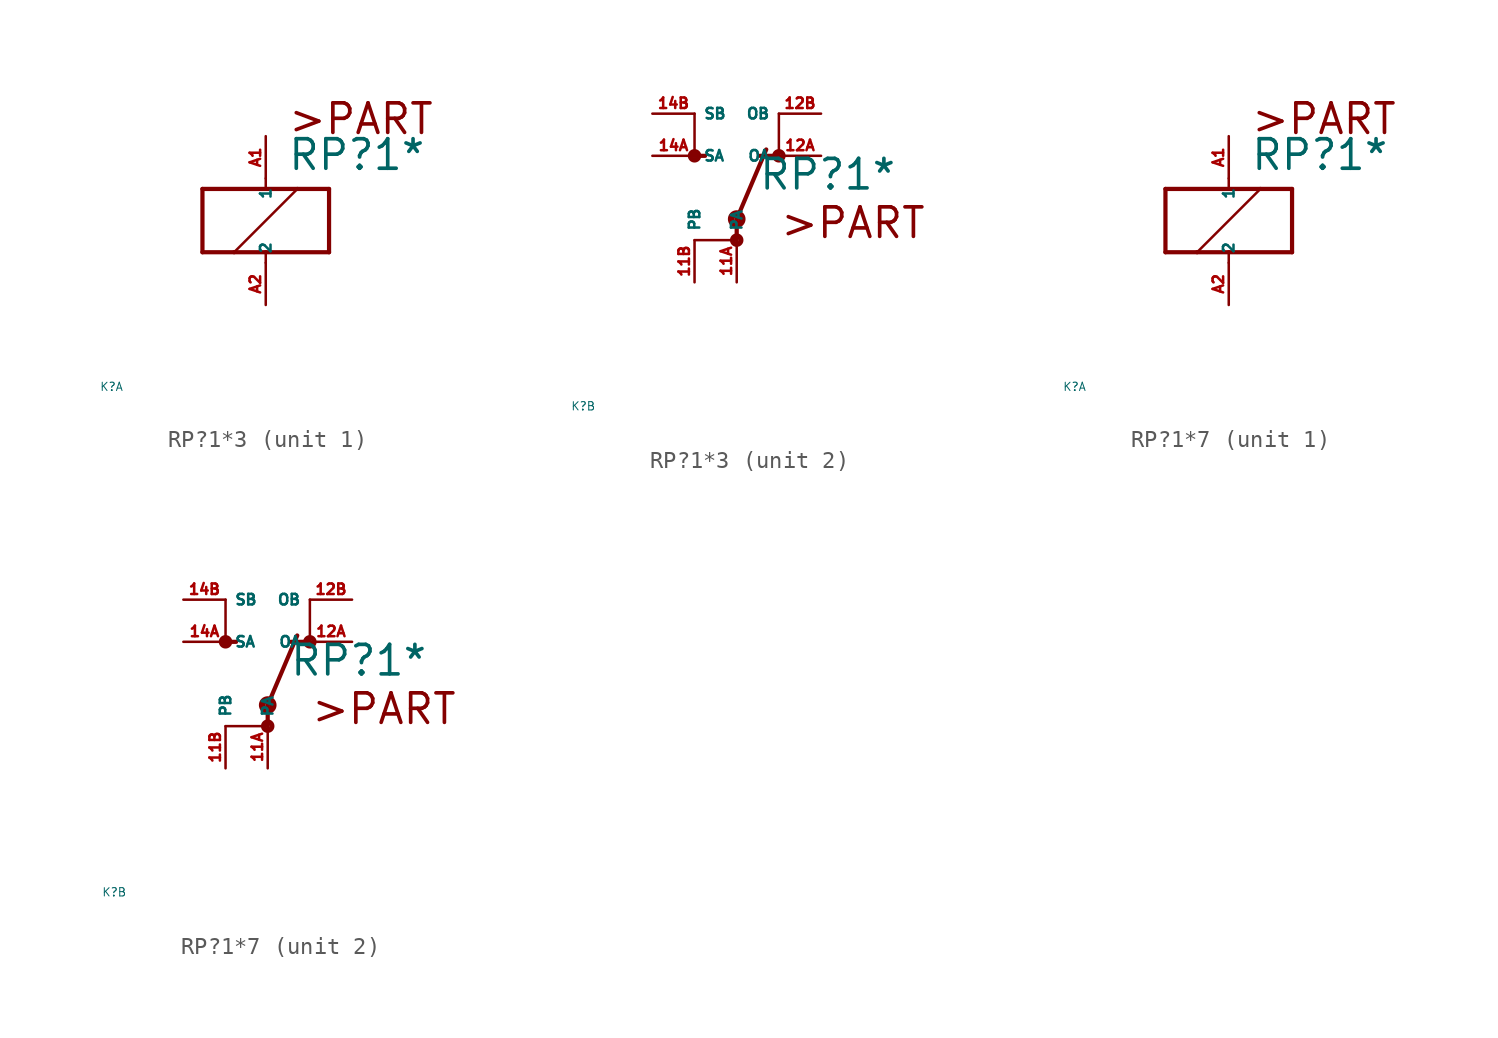
<source format=kicad_sym>
(kicad_symbol_lib
  (version 20220914)
  (generator Eagle2Kicad)
  (symbol "RP?1*3"
    (property "Reference" "K"
      (at -10 -10 0)
      (effects (font (size 0.5 0.5) (thickness 0.06)) (justify left)))
    (property "Value" "RP?1*"
      (at 1.27 2.921 0)
      (effects (font (size 1.778 1.778) (thickness 0.22)) (justify left bottom)))
    (symbol "RP?1*3_1_0"
      (polyline (pts (xy -3.81 -1.905) (xy -1.905 -1.905)) (stroke (width 0.254) (type default)) (fill (type none)))
      (polyline (pts (xy 3.81 -1.905) (xy 3.81 1.905)) (stroke (width 0.254) (type default)) (fill (type none)))
      (polyline (pts (xy 3.81 1.905) (xy 1.905 1.905)) (stroke (width 0.254) (type default)) (fill (type none)))
      (polyline (pts (xy -3.81 1.905) (xy -3.81 -1.905)) (stroke (width 0.254) (type default)) (fill (type none)))
      (polyline (pts (xy 0 -2.54) (xy 0 -1.905)) (stroke (width 0.152) (type default)) (fill (type none)))
      (polyline (pts (xy 0 -1.905) (xy 3.81 -1.905)) (stroke (width 0.254) (type default)) (fill (type none)))
      (polyline (pts (xy 0 2.54) (xy 0 1.905)) (stroke (width 0.152) (type default)) (fill (type none)))
      (polyline (pts (xy 0 1.905) (xy -3.81 1.905)) (stroke (width 0.254) (type default)) (fill (type none)))
      (polyline (pts (xy -1.905 -1.905) (xy 1.905 1.905)) (stroke (width 0.152) (type default)) (fill (type none)))
      (polyline (pts (xy -1.905 -1.905) (xy 0 -1.905)) (stroke (width 0.254) (type default)) (fill (type none)))
      (polyline (pts (xy 1.905 1.905) (xy 0 1.905)) (stroke (width 0.254) (type default)) (fill (type none)))
      (text ">PART" (at 1.27 5.08 0) (effects (font (size 1.778 1.778) (thickness 0.22)) (justify left bottom)))
      (pin passive line (at 0 -5.08 90) (length 2.54) (name "2" (effects (font (size 0.635 0.635) (thickness 0.08)) (justify left bottom))) (number "A2" (effects (font (size 0.635 0.635) (thickness 0.08)) (justify left bottom))))
      (pin passive line (at 0 5.08 270) (length 2.54) (name "1" (effects (font (size 0.635 0.635) (thickness 0.08)) (justify left bottom))) (number "A1" (effects (font (size 0.635 0.635) (thickness 0.08)) (justify left bottom)))))
    (symbol "RP?1*3_2_0"
      (polyline (pts (xy 2.413 5.08) (xy 1.397 5.08)) (stroke (width 0.254) (type default)) (fill (type none)))
      (polyline (pts (xy -2.667 5.08) (xy -2.54 5.08)) (stroke (width 0.254) (type default)) (fill (type none)))
      (polyline (pts (xy -2.54 5.08) (xy -1.905 5.08)) (stroke (width 0.254) (type default)) (fill (type none)))
      (polyline (pts (xy 0 1.27) (xy 1.778 5.461)) (stroke (width 0.254) (type default)) (fill (type none)))
      (polyline (pts (xy 0 1.27) (xy 0 0)) (stroke (width 0.254) (type default)) (fill (type none)))
      (polyline (pts (xy -2.54 7.62) (xy -2.54 5.08)) (stroke (width 0.152) (type default)) (fill (type none)))
      (polyline (pts (xy 2.54 7.62) (xy 2.54 5.08)) (stroke (width 0.152) (type default)) (fill (type none)))
      (polyline (pts (xy -2.54 0) (xy 0 0)) (stroke (width 0.152) (type default)) (fill (type none)))
      (text ">PART" (at 2.54 0 0) (effects (font (size 1.778 1.778) (thickness 0.22)) (justify left bottom)))
      (circle (center 0 1.27) (radius 0.127) (stroke (width 0.406) (type default)) (fill (type none)))
      (circle (center -2.54 5.08) (radius 0.254) (stroke (width 0.305) (type default)) (fill (type none)))
      (circle (center 0 0) (radius 0.254) (stroke (width 0.305) (type default)) (fill (type none)))
      (circle (center 2.54 5.08) (radius 0.254) (stroke (width 0.305) (type default)) (fill (type none)))
      (pin passive line (at 5.08 5.08 180) (length 2.54) (name "OA" (effects (font (size 0.635 0.635) (thickness 0.08)) (justify left bottom))) (number "12A" (effects (font (size 0.635 0.635) (thickness 0.08)) (justify left bottom))))
      (pin passive line (at -5.08 5.08 0) (length 2.54) (name "SA" (effects (font (size 0.635 0.635) (thickness 0.08)) (justify left bottom))) (number "14A" (effects (font (size 0.635 0.635) (thickness 0.08)) (justify left bottom))))
      (pin passive line (at 0 -2.54 90) (length 2.54) (name "PA" (effects (font (size 0.635 0.635) (thickness 0.08)) (justify left bottom))) (number "11A" (effects (font (size 0.635 0.635) (thickness 0.08)) (justify left bottom))))
      (pin passive line (at -5.08 7.62 0) (length 2.54) (name "SB" (effects (font (size 0.635 0.635) (thickness 0.08)) (justify left bottom))) (number "14B" (effects (font (size 0.635 0.635) (thickness 0.08)) (justify left bottom))))
      (pin passive line (at 5.08 7.62 180) (length 2.54) (name "OB" (effects (font (size 0.635 0.635) (thickness 0.08)) (justify left bottom))) (number "12B" (effects (font (size 0.635 0.635) (thickness 0.08)) (justify left bottom))))
      (pin passive line (at -2.54 -2.54 90) (length 2.54) (name "PB" (effects (font (size 0.635 0.635) (thickness 0.08)) (justify left bottom))) (number "11B" (effects (font (size 0.635 0.635) (thickness 0.08)) (justify left bottom))))))
  (symbol "RP?1*7"
    (property "Reference" "K"
      (at -10 -10 0)
      (effects (font (size 0.5 0.5) (thickness 0.06)) (justify left)))
    (property "Value" "RP?1*"
      (at 1.27 2.921 0)
      (effects (font (size 1.778 1.778) (thickness 0.22)) (justify left bottom)))
    (symbol "RP?1*7_1_0"
      (polyline (pts (xy -3.81 -1.905) (xy -1.905 -1.905)) (stroke (width 0.254) (type default)) (fill (type none)))
      (polyline (pts (xy 3.81 -1.905) (xy 3.81 1.905)) (stroke (width 0.254) (type default)) (fill (type none)))
      (polyline (pts (xy 3.81 1.905) (xy 1.905 1.905)) (stroke (width 0.254) (type default)) (fill (type none)))
      (polyline (pts (xy -3.81 1.905) (xy -3.81 -1.905)) (stroke (width 0.254) (type default)) (fill (type none)))
      (polyline (pts (xy 0 -2.54) (xy 0 -1.905)) (stroke (width 0.152) (type default)) (fill (type none)))
      (polyline (pts (xy 0 -1.905) (xy 3.81 -1.905)) (stroke (width 0.254) (type default)) (fill (type none)))
      (polyline (pts (xy 0 2.54) (xy 0 1.905)) (stroke (width 0.152) (type default)) (fill (type none)))
      (polyline (pts (xy 0 1.905) (xy -3.81 1.905)) (stroke (width 0.254) (type default)) (fill (type none)))
      (polyline (pts (xy -1.905 -1.905) (xy 1.905 1.905)) (stroke (width 0.152) (type default)) (fill (type none)))
      (polyline (pts (xy -1.905 -1.905) (xy 0 -1.905)) (stroke (width 0.254) (type default)) (fill (type none)))
      (polyline (pts (xy 1.905 1.905) (xy 0 1.905)) (stroke (width 0.254) (type default)) (fill (type none)))
      (text ">PART" (at 1.27 5.08 0) (effects (font (size 1.778 1.778) (thickness 0.22)) (justify left bottom)))
      (pin passive line (at 0 -5.08 90) (length 2.54) (name "2" (effects (font (size 0.635 0.635) (thickness 0.08)) (justify left bottom))) (number "A2" (effects (font (size 0.635 0.635) (thickness 0.08)) (justify left bottom))))
      (pin passive line (at 0 5.08 270) (length 2.54) (name "1" (effects (font (size 0.635 0.635) (thickness 0.08)) (justify left bottom))) (number "A1" (effects (font (size 0.635 0.635) (thickness 0.08)) (justify left bottom)))))
    (symbol "RP?1*7_2_0"
      (polyline (pts (xy 2.413 5.08) (xy 1.397 5.08)) (stroke (width 0.254) (type default)) (fill (type none)))
      (polyline (pts (xy -2.667 5.08) (xy -2.54 5.08)) (stroke (width 0.254) (type default)) (fill (type none)))
      (polyline (pts (xy -2.54 5.08) (xy -1.905 5.08)) (stroke (width 0.254) (type default)) (fill (type none)))
      (polyline (pts (xy 0 1.27) (xy 1.778 5.461)) (stroke (width 0.254) (type default)) (fill (type none)))
      (polyline (pts (xy 0 1.27) (xy 0 0)) (stroke (width 0.254) (type default)) (fill (type none)))
      (polyline (pts (xy -2.54 7.62) (xy -2.54 5.08)) (stroke (width 0.152) (type default)) (fill (type none)))
      (polyline (pts (xy 2.54 7.62) (xy 2.54 5.08)) (stroke (width 0.152) (type default)) (fill (type none)))
      (polyline (pts (xy -2.54 0) (xy 0 0)) (stroke (width 0.152) (type default)) (fill (type none)))
      (text ">PART" (at 2.54 0 0) (effects (font (size 1.778 1.778) (thickness 0.22)) (justify left bottom)))
      (circle (center 0 1.27) (radius 0.127) (stroke (width 0.406) (type default)) (fill (type none)))
      (circle (center -2.54 5.08) (radius 0.254) (stroke (width 0.305) (type default)) (fill (type none)))
      (circle (center 0 0) (radius 0.254) (stroke (width 0.305) (type default)) (fill (type none)))
      (circle (center 2.54 5.08) (radius 0.254) (stroke (width 0.305) (type default)) (fill (type none)))
      (pin passive line (at 5.08 5.08 180) (length 2.54) (name "OA" (effects (font (size 0.635 0.635) (thickness 0.08)) (justify left bottom))) (number "12A" (effects (font (size 0.635 0.635) (thickness 0.08)) (justify left bottom))))
      (pin passive line (at -5.08 5.08 0) (length 2.54) (name "SA" (effects (font (size 0.635 0.635) (thickness 0.08)) (justify left bottom))) (number "14A" (effects (font (size 0.635 0.635) (thickness 0.08)) (justify left bottom))))
      (pin passive line (at 0 -2.54 90) (length 2.54) (name "PA" (effects (font (size 0.635 0.635) (thickness 0.08)) (justify left bottom))) (number "11A" (effects (font (size 0.635 0.635) (thickness 0.08)) (justify left bottom))))
      (pin passive line (at -5.08 7.62 0) (length 2.54) (name "SB" (effects (font (size 0.635 0.635) (thickness 0.08)) (justify left bottom))) (number "14B" (effects (font (size 0.635 0.635) (thickness 0.08)) (justify left bottom))))
      (pin passive line (at 5.08 7.62 180) (length 2.54) (name "OB" (effects (font (size 0.635 0.635) (thickness 0.08)) (justify left bottom))) (number "12B" (effects (font (size 0.635 0.635) (thickness 0.08)) (justify left bottom))))
      (pin passive line (at -2.54 -2.54 90) (length 2.54) (name "PB" (effects (font (size 0.635 0.635) (thickness 0.08)) (justify left bottom))) (number "11B" (effects (font (size 0.635 0.635) (thickness 0.08)) (justify left bottom)))))))
</source>
